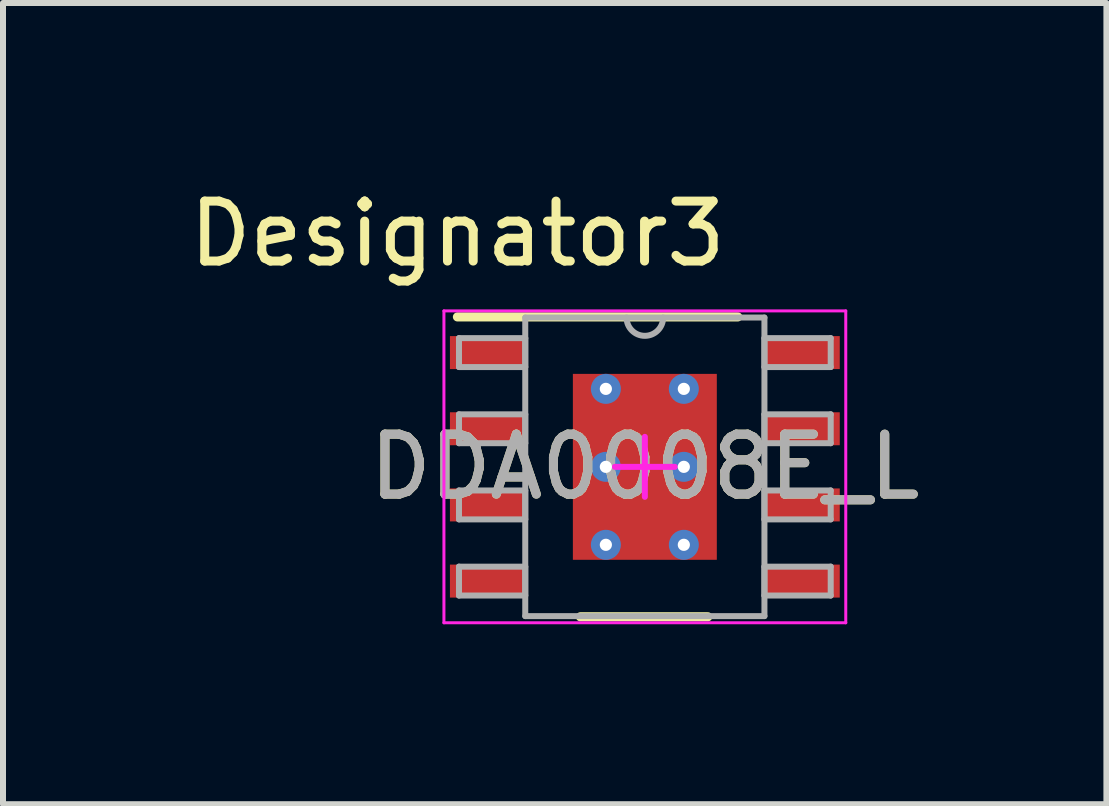
<source format=kicad_pcb>
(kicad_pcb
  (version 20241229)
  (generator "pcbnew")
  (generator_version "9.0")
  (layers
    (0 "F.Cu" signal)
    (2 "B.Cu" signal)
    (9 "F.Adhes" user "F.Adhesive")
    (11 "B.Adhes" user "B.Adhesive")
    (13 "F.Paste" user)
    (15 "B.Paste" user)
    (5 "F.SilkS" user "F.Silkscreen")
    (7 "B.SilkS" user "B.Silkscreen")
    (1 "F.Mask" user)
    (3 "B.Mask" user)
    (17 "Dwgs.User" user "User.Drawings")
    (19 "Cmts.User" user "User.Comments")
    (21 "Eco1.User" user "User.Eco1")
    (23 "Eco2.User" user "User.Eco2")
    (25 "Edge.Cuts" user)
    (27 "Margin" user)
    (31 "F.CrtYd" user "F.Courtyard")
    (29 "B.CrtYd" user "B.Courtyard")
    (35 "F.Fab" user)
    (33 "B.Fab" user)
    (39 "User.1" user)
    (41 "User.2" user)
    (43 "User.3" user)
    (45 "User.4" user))
  (footprint "DDA0008E_L"
    (layer "F.Cu")
    (at 7.702 4.734)
    (property "Reference" "DDA0008E_L" (at 0 0 0) (unlocked yes) (layer "F.SilkS") (effects (font (size 1 1) (thickness 0.15))))
    (attr smd)
    (fp_line (start -3.125 -2.5) (end 1.55 -2.5) (stroke (width 0.152) (type solid)) (layer "F.SilkS"))
    (fp_line (start -1.075 2.5) (end 1.05 2.5) (stroke (width 0.152) (type solid)) (layer "F.SilkS"))
    (fp_line (start -3.35 -2.6) (end 3.35 -2.6) (stroke (width 0.05) (type solid)) (layer "F.CrtYd"))
    (fp_line (start -3.35 2.6) (end -3.35 -2.6) (stroke (width 0.05) (type solid)) (layer "F.CrtYd"))
    (fp_line (start -3.35 2.6) (end 3.35 2.6) (stroke (width 0.05) (type solid)) (layer "F.CrtYd"))
    (fp_line (start -0.5 0) (end 0.5 0) (stroke (width 0.1) (type solid)) (layer "F.CrtYd"))
    (fp_line (start 0 0.5) (end 0 -0.5) (stroke (width 0.1) (type solid)) (layer "F.CrtYd"))
    (fp_line (start 3.35 2.6) (end 3.35 -2.6) (stroke (width 0.05) (type solid)) (layer "F.CrtYd"))
    (fp_line (start -3.099 -2.146) (end -1.994 -2.146) (stroke (width 0.1) (type solid)) (layer "F.Fab"))
    (fp_line (start -3.099 -1.664) (end -3.099 -2.146) (stroke (width 0.1) (type solid)) (layer "F.Fab"))
    (fp_line (start -3.099 -1.664) (end -1.994 -1.664) (stroke (width 0.1) (type solid)) (layer "F.Fab"))
    (fp_line (start -3.099 -0.876) (end -1.994 -0.876) (stroke (width 0.1) (type solid)) (layer "F.Fab"))
    (fp_line (start -3.099 -0.394) (end -3.099 -0.876) (stroke (width 0.1) (type solid)) (layer "F.Fab"))
    (fp_line (start -3.099 -0.394) (end -1.994 -0.394) (stroke (width 0.1) (type solid)) (layer "F.Fab"))
    (fp_line (start -3.099 0.394) (end -1.994 0.394) (stroke (width 0.1) (type solid)) (layer "F.Fab"))
    (fp_line (start -3.099 0.876) (end -3.099 0.394) (stroke (width 0.1) (type solid)) (layer "F.Fab"))
    (fp_line (start -3.099 0.876) (end -1.994 0.876) (stroke (width 0.1) (type solid)) (layer "F.Fab"))
    (fp_line (start -3.099 1.664) (end -1.994 1.664) (stroke (width 0.1) (type solid)) (layer "F.Fab"))
    (fp_line (start -3.099 2.146) (end -3.099 1.664) (stroke (width 0.1) (type solid)) (layer "F.Fab"))
    (fp_line (start -3.099 2.146) (end -1.994 2.146) (stroke (width 0.1) (type solid)) (layer "F.Fab"))
    (fp_line (start -1.994 -2.489) (end 1.994 -2.489) (stroke (width 0.1) (type solid)) (layer "F.Fab"))
    (fp_line (start -1.994 -1.664) (end -1.994 -2.146) (stroke (width 0.1) (type solid)) (layer "F.Fab"))
    (fp_line (start -1.994 -0.394) (end -1.994 -0.876) (stroke (width 0.1) (type solid)) (layer "F.Fab"))
    (fp_line (start -1.994 0.876) (end -1.994 0.394) (stroke (width 0.1) (type solid)) (layer "F.Fab"))
    (fp_line (start -1.994 2.146) (end -1.994 1.664) (stroke (width 0.1) (type solid)) (layer "F.Fab"))
    (fp_line (start -1.994 2.489) (end -1.994 -2.489) (stroke (width 0.1) (type solid)) (layer "F.Fab"))
    (fp_line (start -1.994 2.489) (end 1.994 2.489) (stroke (width 0.1) (type solid)) (layer "F.Fab"))
    (fp_line (start 1.994 -2.146) (end 3.099 -2.146) (stroke (width 0.1) (type solid)) (layer "F.Fab"))
    (fp_line (start 1.994 -1.664) (end 1.994 -2.146) (stroke (width 0.1) (type solid)) (layer "F.Fab"))
    (fp_line (start 1.994 -1.664) (end 3.099 -1.664) (stroke (width 0.1) (type solid)) (layer "F.Fab"))
    (fp_line (start 1.994 -0.876) (end 3.099 -0.876) (stroke (width 0.1) (type solid)) (layer "F.Fab"))
    (fp_line (start 1.994 -0.394) (end 1.994 -0.876) (stroke (width 0.1) (type solid)) (layer "F.Fab"))
    (fp_line (start 1.994 -0.394) (end 3.099 -0.394) (stroke (width 0.1) (type solid)) (layer "F.Fab"))
    (fp_line (start 1.994 0.394) (end 3.099 0.394) (stroke (width 0.1) (type solid)) (layer "F.Fab"))
    (fp_line (start 1.994 0.876) (end 1.994 0.394) (stroke (width 0.1) (type solid)) (layer "F.Fab"))
    (fp_line (start 1.994 0.876) (end 3.099 0.876) (stroke (width 0.1) (type solid)) (layer "F.Fab"))
    (fp_line (start 1.994 1.664) (end 3.099 1.664) (stroke (width 0.1) (type solid)) (layer "F.Fab"))
    (fp_line (start 1.994 2.146) (end 1.994 1.664) (stroke (width 0.1) (type solid)) (layer "F.Fab"))
    (fp_line (start 1.994 2.146) (end 3.099 2.146) (stroke (width 0.1) (type solid)) (layer "F.Fab"))
    (fp_line (start 1.994 2.489) (end 1.994 -2.489) (stroke (width 0.1) (type solid)) (layer "F.Fab"))
    (fp_line (start 3.099 -1.664) (end 3.099 -2.146) (stroke (width 0.1) (type solid)) (layer "F.Fab"))
    (fp_line (start 3.099 -0.394) (end 3.099 -0.876) (stroke (width 0.1) (type solid)) (layer "F.Fab"))
    (fp_line (start 3.099 0.876) (end 3.099 0.394) (stroke (width 0.1) (type solid)) (layer "F.Fab"))
    (fp_line (start 3.099 2.146) (end 3.099 1.664) (stroke (width 0.1) (type solid)) (layer "F.Fab"))
    (fp_arc (start 0.3048 -2.4892) (mid 0 -2.1844) (end -0.3048 -2.4892) (stroke (width 0.1) (type solid)) (layer "F.Fab"))
    (fp_text user "Designator3" (at -3.124 -3.886 0) (unlocked yes) (layer "F.SilkS") (effects (font (size 1 1) (thickness 0.15))))
    (fp_text user "${REFERENCE}" (at 0 0 0) (unlocked yes) (layer "F.Fab") (effects (font (size 1 1) (thickness 0.15))))
    (pad "1" smd rect (at -2.625 -1.905 90) (size 0.55 1.25) (layers "F.Cu" "F.Mask" "F.Paste"))
    (pad "2" smd rect (at -2.625 -0.635 90) (size 0.55 1.25) (layers "F.Cu" "F.Mask" "F.Paste"))
    (pad "3" smd rect (at -2.625 0.635 90) (size 0.55 1.25) (layers "F.Cu" "F.Mask" "F.Paste"))
    (pad "4" smd rect (at -2.625 1.905 90) (size 0.55 1.25) (layers "F.Cu" "F.Mask" "F.Paste"))
    (pad "5" smd rect (at 2.625 1.905 90) (size 0.55 1.25) (layers "F.Cu" "F.Mask" "F.Paste"))
    (pad "6" smd rect (at 2.625 0.635 90) (size 0.55 1.25) (layers "F.Cu" "F.Mask" "F.Paste"))
    (pad "7" smd rect (at 2.625 -0.635 90) (size 0.55 1.25) (layers "F.Cu" "F.Mask" "F.Paste"))
    (pad "8" smd rect (at 2.625 -1.905 90) (size 0.55 1.25) (layers "F.Cu" "F.Mask" "F.Paste"))
    (pad "9" smd rect (at 0 0) (size 2.4 3.1) (layers "F.Cu" "F.Mask" "F.Paste"))
    (pad "V" thru_hole circle (at -0.65 -1.3) (size 0.5 0.5) (drill 0.203) (layers "*.Cu" "*.Mask"))
    (pad "V" thru_hole circle (at -0.65 0) (size 0.5 0.5) (drill 0.203) (layers "*.Cu" "*.Mask"))
    (pad "V" thru_hole circle (at -0.65 1.3) (size 0.5 0.5) (drill 0.203) (layers "*.Cu" "*.Mask"))
    (pad "V" thru_hole circle (at 0.65 -1.3) (size 0.5 0.5) (drill 0.203) (layers "*.Cu" "*.Mask"))
    (pad "V" thru_hole circle (at 0.65 0) (size 0.5 0.5) (drill 0.203) (layers "*.Cu" "*.Mask"))
    (pad "V" thru_hole circle (at 0.65 1.3) (size 0.5 0.5) (drill 0.203) (layers "*.Cu" "*.Mask")))
  (gr_rect
    (start -3 -3)
    (end 15.398 10.359)
    (stroke (width 0.1) (type default))
    (fill no)
    (layer "Edge.Cuts")))
</source>
